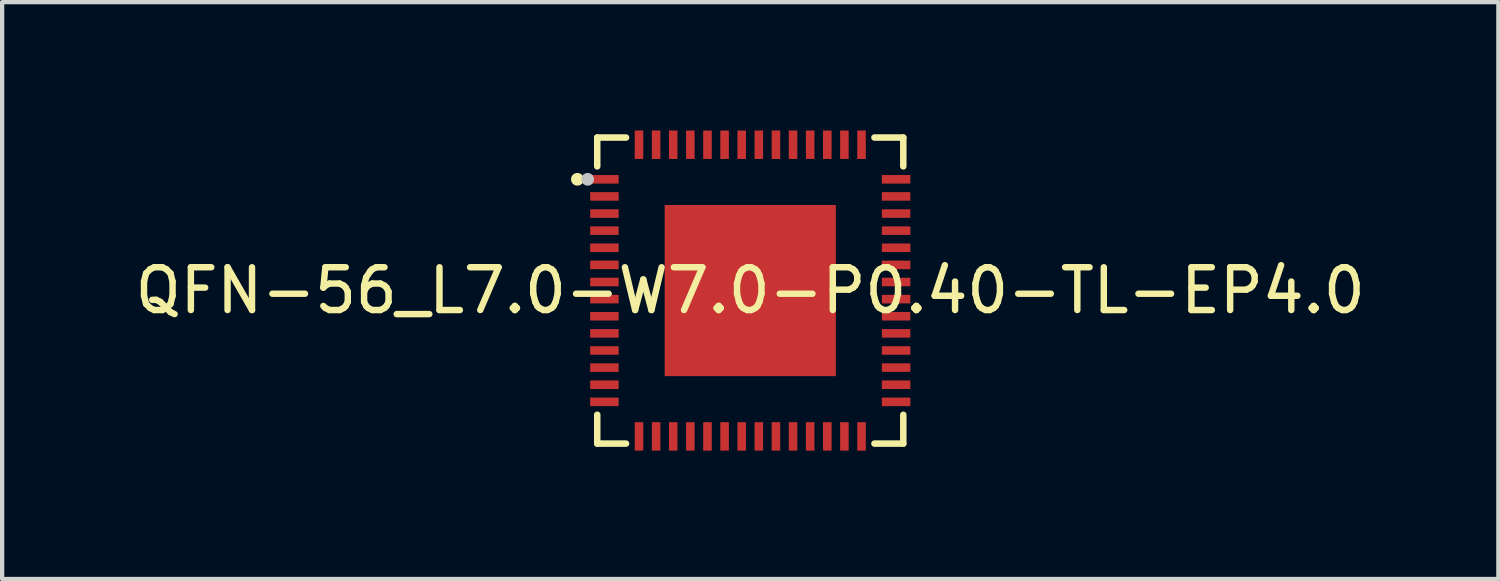
<source format=kicad_pcb>
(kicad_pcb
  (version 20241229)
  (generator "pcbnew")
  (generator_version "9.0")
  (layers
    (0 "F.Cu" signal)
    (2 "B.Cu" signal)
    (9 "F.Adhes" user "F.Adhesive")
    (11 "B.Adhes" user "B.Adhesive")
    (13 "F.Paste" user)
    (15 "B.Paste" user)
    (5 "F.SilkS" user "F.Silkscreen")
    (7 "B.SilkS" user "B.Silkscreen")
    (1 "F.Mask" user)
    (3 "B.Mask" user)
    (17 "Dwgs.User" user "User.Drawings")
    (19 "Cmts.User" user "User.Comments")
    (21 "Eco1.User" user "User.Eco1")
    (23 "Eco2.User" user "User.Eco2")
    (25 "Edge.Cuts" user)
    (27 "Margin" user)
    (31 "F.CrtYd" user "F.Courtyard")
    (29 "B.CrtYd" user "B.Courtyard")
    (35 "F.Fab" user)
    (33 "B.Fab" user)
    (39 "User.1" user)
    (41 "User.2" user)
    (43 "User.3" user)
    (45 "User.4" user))
  (footprint "QFN-56_L7.0-W7.0-P0.40-TL-EP4.0"
    (layer "F.Cu")
    (at 14.482 3.74)
    (property "Reference" "QFN-56_L7.0-W7.0-P0.40-TL-EP4.0" (at 0 0 0) (layer "F.SilkS") (effects (font (size 1 1) (thickness 0.15))))
    (fp_line (start -3.576 -3.576) (end -3.576 -2.902) (stroke (width 0.152) (type default)) (layer "F.SilkS"))
    (fp_line (start -3.576 3.576) (end -3.576 2.902) (stroke (width 0.152) (type default)) (layer "F.SilkS"))
    (fp_line (start -2.902 -3.576) (end -3.576 -3.576) (stroke (width 0.152) (type default)) (layer "F.SilkS"))
    (fp_line (start -2.902 3.576) (end -3.576 3.576) (stroke (width 0.152) (type default)) (layer "F.SilkS"))
    (fp_line (start 2.902 -3.576) (end 3.576 -3.576) (stroke (width 0.152) (type default)) (layer "F.SilkS"))
    (fp_line (start 2.902 3.576) (end 3.576 3.576) (stroke (width 0.152) (type default)) (layer "F.SilkS"))
    (fp_line (start 3.576 -3.576) (end 3.576 -2.902) (stroke (width 0.152) (type default)) (layer "F.SilkS"))
    (fp_line (start 3.576 3.576) (end 3.576 2.902) (stroke (width 0.152) (type default)) (layer "F.SilkS"))
    (fp_circle (center -4.04 -2.6) (end -3.965 -2.6) (stroke (width 0.15) (type default)) (fill no) (layer "F.SilkS"))
    (fp_poly (pts (xy -3.74 -2.7) (xy -3.74 -2.5) (xy -3.075 -2.5) (xy -3.075 -2.7)) (stroke (width 0) (type default)) (fill yes) (layer "F.Paste"))
    (fp_poly (pts (xy -3.74 -2.3) (xy -3.74 -2.1) (xy -3.075 -2.1) (xy -3.075 -2.3)) (stroke (width 0) (type default)) (fill yes) (layer "F.Paste"))
    (fp_poly (pts (xy -3.74 -1.9) (xy -3.74 -1.7) (xy -3.075 -1.7) (xy -3.075 -1.9)) (stroke (width 0) (type default)) (fill yes) (layer "F.Paste"))
    (fp_poly (pts (xy -3.74 -1.1) (xy -3.74 -0.9) (xy -3.075 -0.9) (xy -3.075 -1.1)) (stroke (width 0) (type default)) (fill yes) (layer "F.Paste"))
    (fp_poly (pts (xy -3.74 -0.7) (xy -3.74 -0.5) (xy -3.075 -0.5) (xy -3.075 -0.7)) (stroke (width 0) (type default)) (fill yes) (layer "F.Paste"))
    (fp_poly (pts (xy -3.74 -0.3) (xy -3.74 -0.1) (xy -3.075 -0.1) (xy -3.075 -0.3)) (stroke (width 0) (type default)) (fill yes) (layer "F.Paste"))
    (fp_poly (pts (xy -3.74 0.1) (xy -3.74 0.3) (xy -3.075 0.3) (xy -3.075 0.1)) (stroke (width 0) (type default)) (fill yes) (layer "F.Paste"))
    (fp_poly (pts (xy -3.74 0.5) (xy -3.74 0.7) (xy -3.075 0.7) (xy -3.075 0.5)) (stroke (width 0) (type default)) (fill yes) (layer "F.Paste"))
    (fp_poly (pts (xy -3.74 0.9) (xy -3.74 1.1) (xy -3.075 1.1) (xy -3.075 0.9)) (stroke (width 0) (type default)) (fill yes) (layer "F.Paste"))
    (fp_poly (pts (xy -3.74 1.7) (xy -3.74 1.9) (xy -3.075 1.9) (xy -3.075 1.7)) (stroke (width 0) (type default)) (fill yes) (layer "F.Paste"))
    (fp_poly (pts (xy -3.74 2.1) (xy -3.74 2.3) (xy -3.075 2.3) (xy -3.075 2.1)) (stroke (width 0) (type default)) (fill yes) (layer "F.Paste"))
    (fp_poly (pts (xy -3.74 2.5) (xy -3.74 2.7) (xy -3.075 2.7) (xy -3.075 2.5)) (stroke (width 0) (type default)) (fill yes) (layer "F.Paste"))
    (fp_poly (pts (xy -3.075 -1.3) (xy -3.075 -1.5) (xy -3.74 -1.5) (xy -3.74 -1.3)) (stroke (width 0) (type default)) (fill yes) (layer "F.Paste"))
    (fp_poly (pts (xy -3.075 1.5) (xy -3.075 1.3) (xy -3.74 1.3) (xy -3.74 1.5)) (stroke (width 0) (type default)) (fill yes) (layer "F.Paste"))
    (fp_poly (pts (xy -2.7 3.075) (xy -2.7 3.74) (xy -2.5 3.74) (xy -2.5 3.075)) (stroke (width 0) (type default)) (fill yes) (layer "F.Paste"))
    (fp_poly (pts (xy -2.5 -3.075) (xy -2.5 -3.74) (xy -2.7 -3.74) (xy -2.7 -3.075)) (stroke (width 0) (type default)) (fill yes) (layer "F.Paste"))
    (fp_poly (pts (xy -2.3 3.075) (xy -2.3 3.74) (xy -2.1 3.74) (xy -2.1 3.075)) (stroke (width 0) (type default)) (fill yes) (layer "F.Paste"))
    (fp_poly (pts (xy -2.1 -3.075) (xy -2.1 -3.74) (xy -2.3 -3.74) (xy -2.3 -3.075)) (stroke (width 0) (type default)) (fill yes) (layer "F.Paste"))
    (fp_poly (pts (xy -1.7 -3.075) (xy -1.7 -3.74) (xy -1.9 -3.74) (xy -1.9 -3.075)) (stroke (width 0) (type default)) (fill yes) (layer "F.Paste"))
    (fp_poly (pts (xy -1.7 3.74) (xy -1.7 3.075) (xy -1.9 3.075) (xy -1.9 3.74)) (stroke (width 0) (type default)) (fill yes) (layer "F.Paste"))
    (fp_poly (pts (xy -1.6 -1.6) (xy 1.6 -1.6) (xy 1.6 1.6) (xy -1.6 1.6)) (stroke (width 0) (type default)) (fill yes) (layer "F.Paste"))
    (fp_poly (pts (xy -1.3 -3.075) (xy -1.3 -3.74) (xy -1.5 -3.74) (xy -1.5 -3.075)) (stroke (width 0) (type default)) (fill yes) (layer "F.Paste"))
    (fp_poly (pts (xy -1.3 3.74) (xy -1.3 3.075) (xy -1.5 3.075) (xy -1.5 3.74)) (stroke (width 0) (type default)) (fill yes) (layer "F.Paste"))
    (fp_poly (pts (xy -0.9 -3.075) (xy -0.9 -3.74) (xy -1.1 -3.74) (xy -1.1 -3.075)) (stroke (width 0) (type default)) (fill yes) (layer "F.Paste"))
    (fp_poly (pts (xy -0.9 3.74) (xy -0.9 3.075) (xy -1.1 3.075) (xy -1.1 3.74)) (stroke (width 0) (type default)) (fill yes) (layer "F.Paste"))
    (fp_poly (pts (xy -0.7 -3.74) (xy -0.7 -3.075) (xy -0.5 -3.075) (xy -0.5 -3.74)) (stroke (width 0) (type default)) (fill yes) (layer "F.Paste"))
    (fp_poly (pts (xy -0.5 3.74) (xy -0.5 3.075) (xy -0.7 3.075) (xy -0.7 3.74)) (stroke (width 0) (type default)) (fill yes) (layer "F.Paste"))
    (fp_poly (pts (xy -0.3 -3.74) (xy -0.3 -3.075) (xy -0.1 -3.075) (xy -0.1 -3.74)) (stroke (width 0) (type default)) (fill yes) (layer "F.Paste"))
    (fp_poly (pts (xy -0.1 3.74) (xy -0.1 3.075) (xy -0.3 3.075) (xy -0.3 3.74)) (stroke (width 0) (type default)) (fill yes) (layer "F.Paste"))
    (fp_poly (pts (xy 0.1 3.075) (xy 0.1 3.74) (xy 0.3 3.74) (xy 0.3 3.075)) (stroke (width 0) (type default)) (fill yes) (layer "F.Paste"))
    (fp_poly (pts (xy 0.3 -3.075) (xy 0.3 -3.74) (xy 0.1 -3.74) (xy 0.1 -3.075)) (stroke (width 0) (type default)) (fill yes) (layer "F.Paste"))
    (fp_poly (pts (xy 0.5 3.075) (xy 0.5 3.74) (xy 0.7 3.74) (xy 0.7 3.075)) (stroke (width 0) (type default)) (fill yes) (layer "F.Paste"))
    (fp_poly (pts (xy 0.7 -3.075) (xy 0.7 -3.74) (xy 0.5 -3.74) (xy 0.5 -3.075)) (stroke (width 0) (type default)) (fill yes) (layer "F.Paste"))
    (fp_poly (pts (xy 1.1 -3.075) (xy 1.1 -3.74) (xy 0.9 -3.74) (xy 0.9 -3.075)) (stroke (width 0) (type default)) (fill yes) (layer "F.Paste"))
    (fp_poly (pts (xy 1.1 3.74) (xy 1.1 3.075) (xy 0.9 3.075) (xy 0.9 3.74)) (stroke (width 0) (type default)) (fill yes) (layer "F.Paste"))
    (fp_poly (pts (xy 1.5 -3.075) (xy 1.5 -3.74) (xy 1.3 -3.74) (xy 1.3 -3.075)) (stroke (width 0) (type default)) (fill yes) (layer "F.Paste"))
    (fp_poly (pts (xy 1.5 3.74) (xy 1.5 3.075) (xy 1.3 3.075) (xy 1.3 3.74)) (stroke (width 0) (type default)) (fill yes) (layer "F.Paste"))
    (fp_poly (pts (xy 1.9 -3.075) (xy 1.9 -3.74) (xy 1.7 -3.74) (xy 1.7 -3.075)) (stroke (width 0) (type default)) (fill yes) (layer "F.Paste"))
    (fp_poly (pts (xy 1.9 3.74) (xy 1.9 3.075) (xy 1.7 3.075) (xy 1.7 3.74)) (stroke (width 0) (type default)) (fill yes) (layer "F.Paste"))
    (fp_poly (pts (xy 2.1 -3.74) (xy 2.1 -3.075) (xy 2.3 -3.075) (xy 2.3 -3.74)) (stroke (width 0) (type default)) (fill yes) (layer "F.Paste"))
    (fp_poly (pts (xy 2.3 3.74) (xy 2.3 3.075) (xy 2.1 3.075) (xy 2.1 3.74)) (stroke (width 0) (type default)) (fill yes) (layer "F.Paste"))
    (fp_poly (pts (xy 2.5 -3.74) (xy 2.5 -3.075) (xy 2.7 -3.075) (xy 2.7 -3.74)) (stroke (width 0) (type default)) (fill yes) (layer "F.Paste"))
    (fp_poly (pts (xy 2.7 3.74) (xy 2.7 3.075) (xy 2.5 3.075) (xy 2.5 3.74)) (stroke (width 0) (type default)) (fill yes) (layer "F.Paste"))
    (fp_poly (pts (xy 3.74 -2.5) (xy 3.74 -2.7) (xy 3.075 -2.7) (xy 3.075 -2.5)) (stroke (width 0) (type default)) (fill yes) (layer "F.Paste"))
    (fp_poly (pts (xy 3.74 -2.1) (xy 3.74 -2.3) (xy 3.075 -2.3) (xy 3.075 -2.1)) (stroke (width 0) (type default)) (fill yes) (layer "F.Paste"))
    (fp_poly (pts (xy 3.74 -1.7) (xy 3.74 -1.9) (xy 3.075 -1.9) (xy 3.075 -1.7)) (stroke (width 0) (type default)) (fill yes) (layer "F.Paste"))
    (fp_poly (pts (xy 3.74 -1.3) (xy 3.74 -1.5) (xy 3.075 -1.5) (xy 3.075 -1.3)) (stroke (width 0) (type default)) (fill yes) (layer "F.Paste"))
    (fp_poly (pts (xy 3.74 -0.9) (xy 3.74 -1.1) (xy 3.075 -1.1) (xy 3.075 -0.9)) (stroke (width 0) (type default)) (fill yes) (layer "F.Paste"))
    (fp_poly (pts (xy 3.74 -0.5) (xy 3.74 -0.7) (xy 3.075 -0.7) (xy 3.075 -0.5)) (stroke (width 0) (type default)) (fill yes) (layer "F.Paste"))
    (fp_poly (pts (xy 3.74 -0.1) (xy 3.74 -0.3) (xy 3.075 -0.3) (xy 3.075 -0.1)) (stroke (width 0) (type default)) (fill yes) (layer "F.Paste"))
    (fp_poly (pts (xy 3.74 0.3) (xy 3.74 0.1) (xy 3.075 0.1) (xy 3.075 0.3)) (stroke (width 0) (type default)) (fill yes) (layer "F.Paste"))
    (fp_poly (pts (xy 3.74 0.7) (xy 3.74 0.5) (xy 3.075 0.5) (xy 3.075 0.7)) (stroke (width 0) (type default)) (fill yes) (layer "F.Paste"))
    (fp_poly (pts (xy 3.74 1.1) (xy 3.74 0.9) (xy 3.075 0.9) (xy 3.075 1.1)) (stroke (width 0) (type default)) (fill yes) (layer "F.Paste"))
    (fp_poly (pts (xy 3.74 1.5) (xy 3.74 1.3) (xy 3.075 1.3) (xy 3.075 1.5)) (stroke (width 0) (type default)) (fill yes) (layer "F.Paste"))
    (fp_poly (pts (xy 3.74 1.9) (xy 3.74 1.7) (xy 3.075 1.7) (xy 3.075 1.9)) (stroke (width 0) (type default)) (fill yes) (layer "F.Paste"))
    (fp_poly (pts (xy 3.74 2.3) (xy 3.74 2.1) (xy 3.075 2.1) (xy 3.075 2.3)) (stroke (width 0) (type default)) (fill yes) (layer "F.Paste"))
    (fp_poly (pts (xy 3.74 2.7) (xy 3.74 2.5) (xy 3.075 2.5) (xy 3.075 2.7)) (stroke (width 0) (type default)) (fill yes) (layer "F.Paste"))
    (fp_circle (center -3.8 -2.6) (end -3.725 -2.6) (stroke (width 0.15) (type default)) (fill no) (layer "Dwgs.User"))
    (fp_poly (pts (xy -3.5 -2.7) (xy -3.1 -2.7) (xy -3.1 -2.5) (xy -3.5 -2.5)) (stroke (width 0.1) (type default)) (fill no) (layer "User.1"))
    (fp_poly (pts (xy -3.5 -2.3) (xy -3.1 -2.3) (xy -3.1 -2.1) (xy -3.5 -2.1)) (stroke (width 0.1) (type default)) (fill no) (layer "User.1"))
    (fp_poly (pts (xy -3.5 -1.9) (xy -3.1 -1.9) (xy -3.1 -1.7) (xy -3.5 -1.7)) (stroke (width 0.1) (type default)) (fill no) (layer "User.1"))
    (fp_poly (pts (xy -3.5 -1.5) (xy -3.1 -1.5) (xy -3.1 -1.3) (xy -3.5 -1.3)) (stroke (width 0.1) (type default)) (fill no) (layer "User.1"))
    (fp_poly (pts (xy -3.5 -1.1) (xy -3.1 -1.1) (xy -3.1 -0.9) (xy -3.5 -0.9)) (stroke (width 0.1) (type default)) (fill no) (layer "User.1"))
    (fp_poly (pts (xy -3.5 -0.7) (xy -3.1 -0.7) (xy -3.1 -0.5) (xy -3.5 -0.5)) (stroke (width 0.1) (type default)) (fill no) (layer "User.1"))
    (fp_poly (pts (xy -3.5 -0.3) (xy -3.1 -0.3) (xy -3.1 -0.1) (xy -3.5 -0.1)) (stroke (width 0.1) (type default)) (fill no) (layer "User.1"))
    (fp_poly (pts (xy -3.5 0.1) (xy -3.1 0.1) (xy -3.1 0.3) (xy -3.5 0.3)) (stroke (width 0.1) (type default)) (fill no) (layer "User.1"))
    (fp_poly (pts (xy -3.5 0.5) (xy -3.1 0.5) (xy -3.1 0.7) (xy -3.5 0.7)) (stroke (width 0.1) (type default)) (fill no) (layer "User.1"))
    (fp_poly (pts (xy -3.5 0.9) (xy -3.1 0.9) (xy -3.1 1.1) (xy -3.5 1.1)) (stroke (width 0.1) (type default)) (fill no) (layer "User.1"))
    (fp_poly (pts (xy -3.5 1.3) (xy -3.1 1.3) (xy -3.1 1.5) (xy -3.5 1.5)) (stroke (width 0.1) (type default)) (fill no) (layer "User.1"))
    (fp_poly (pts (xy -3.5 1.7) (xy -3.1 1.7) (xy -3.1 1.9) (xy -3.5 1.9)) (stroke (width 0.1) (type default)) (fill no) (layer "User.1"))
    (fp_poly (pts (xy -3.5 2.1) (xy -3.1 2.1) (xy -3.1 2.3) (xy -3.5 2.3)) (stroke (width 0.1) (type default)) (fill no) (layer "User.1"))
    (fp_poly (pts (xy -3.5 2.5) (xy -3.1 2.5) (xy -3.1 2.7) (xy -3.5 2.7)) (stroke (width 0.1) (type default)) (fill no) (layer "User.1"))
    (fp_poly (pts (xy -2.7 -3.1) (xy -2.5 -3.1) (xy -2.5 -3.5) (xy -2.7 -3.5)) (stroke (width 0.1) (type default)) (fill no) (layer "User.1"))
    (fp_poly (pts (xy -2.7 3.1) (xy -2.5 3.1) (xy -2.5 3.5) (xy -2.7 3.5)) (stroke (width 0.1) (type default)) (fill no) (layer "User.1"))
    (fp_poly (pts (xy -2.3 -3.1) (xy -2.1 -3.1) (xy -2.1 -3.5) (xy -2.3 -3.5)) (stroke (width 0.1) (type default)) (fill no) (layer "User.1"))
    (fp_poly (pts (xy -2.3 3.1) (xy -2.1 3.1) (xy -2.1 3.5) (xy -2.3 3.5)) (stroke (width 0.1) (type default)) (fill no) (layer "User.1"))
    (fp_poly (pts (xy -2 -2) (xy 2 -2) (xy 2 2) (xy -2 2)) (stroke (width 0.1) (type default)) (fill no) (layer "User.1"))
    (fp_poly (pts (xy -1.9 -3.1) (xy -1.7 -3.1) (xy -1.7 -3.5) (xy -1.9 -3.5)) (stroke (width 0.1) (type default)) (fill no) (layer "User.1"))
    (fp_poly (pts (xy -1.9 3.1) (xy -1.7 3.1) (xy -1.7 3.5) (xy -1.9 3.5)) (stroke (width 0.1) (type default)) (fill no) (layer "User.1"))
    (fp_poly (pts (xy -1.5 -3.1) (xy -1.3 -3.1) (xy -1.3 -3.5) (xy -1.5 -3.5)) (stroke (width 0.1) (type default)) (fill no) (layer "User.1"))
    (fp_poly (pts (xy -1.5 3.1) (xy -1.3 3.1) (xy -1.3 3.5) (xy -1.5 3.5)) (stroke (width 0.1) (type default)) (fill no) (layer "User.1"))
    (fp_poly (pts (xy -1.1 -3.1) (xy -0.9 -3.1) (xy -0.9 -3.5) (xy -1.1 -3.5)) (stroke (width 0.1) (type default)) (fill no) (layer "User.1"))
    (fp_poly (pts (xy -1.1 3.1) (xy -0.9 3.1) (xy -0.9 3.5) (xy -1.1 3.5)) (stroke (width 0.1) (type default)) (fill no) (layer "User.1"))
    (fp_poly (pts (xy -0.7 -3.1) (xy -0.5 -3.1) (xy -0.5 -3.5) (xy -0.7 -3.5)) (stroke (width 0.1) (type default)) (fill no) (layer "User.1"))
    (fp_poly (pts (xy -0.7 3.1) (xy -0.5 3.1) (xy -0.5 3.5) (xy -0.7 3.5)) (stroke (width 0.1) (type default)) (fill no) (layer "User.1"))
    (fp_poly (pts (xy -0.3 -3.1) (xy -0.1 -3.1) (xy -0.1 -3.5) (xy -0.3 -3.5)) (stroke (width 0.1) (type default)) (fill no) (layer "User.1"))
    (fp_poly (pts (xy -0.3 3.1) (xy -0.1 3.1) (xy -0.1 3.5) (xy -0.3 3.5)) (stroke (width 0.1) (type default)) (fill no) (layer "User.1"))
    (fp_poly (pts (xy 0.1 -3.1) (xy 0.3 -3.1) (xy 0.3 -3.5) (xy 0.1 -3.5)) (stroke (width 0.1) (type default)) (fill no) (layer "User.1"))
    (fp_poly (pts (xy 0.1 3.1) (xy 0.3 3.1) (xy 0.3 3.5) (xy 0.1 3.5)) (stroke (width 0.1) (type default)) (fill no) (layer "User.1"))
    (fp_poly (pts (xy 0.5 -3.1) (xy 0.7 -3.1) (xy 0.7 -3.5) (xy 0.5 -3.5)) (stroke (width 0.1) (type default)) (fill no) (layer "User.1"))
    (fp_poly (pts (xy 0.5 3.1) (xy 0.7 3.1) (xy 0.7 3.5) (xy 0.5 3.5)) (stroke (width 0.1) (type default)) (fill no) (layer "User.1"))
    (fp_poly (pts (xy 0.9 -3.1) (xy 1.1 -3.1) (xy 1.1 -3.5) (xy 0.9 -3.5)) (stroke (width 0.1) (type default)) (fill no) (layer "User.1"))
    (fp_poly (pts (xy 0.9 3.1) (xy 1.1 3.1) (xy 1.1 3.5) (xy 0.9 3.5)) (stroke (width 0.1) (type default)) (fill no) (layer "User.1"))
    (fp_poly (pts (xy 1.3 -3.1) (xy 1.5 -3.1) (xy 1.5 -3.5) (xy 1.3 -3.5)) (stroke (width 0.1) (type default)) (fill no) (layer "User.1"))
    (fp_poly (pts (xy 1.3 3.1) (xy 1.5 3.1) (xy 1.5 3.5) (xy 1.3 3.5)) (stroke (width 0.1) (type default)) (fill no) (layer "User.1"))
    (fp_poly (pts (xy 1.7 -3.1) (xy 1.9 -3.1) (xy 1.9 -3.5) (xy 1.7 -3.5)) (stroke (width 0.1) (type default)) (fill no) (layer "User.1"))
    (fp_poly (pts (xy 1.7 3.1) (xy 1.9 3.1) (xy 1.9 3.5) (xy 1.7 3.5)) (stroke (width 0.1) (type default)) (fill no) (layer "User.1"))
    (fp_poly (pts (xy 2.1 -3.1) (xy 2.3 -3.1) (xy 2.3 -3.5) (xy 2.1 -3.5)) (stroke (width 0.1) (type default)) (fill no) (layer "User.1"))
    (fp_poly (pts (xy 2.1 3.1) (xy 2.3 3.1) (xy 2.3 3.5) (xy 2.1 3.5)) (stroke (width 0.1) (type default)) (fill no) (layer "User.1"))
    (fp_poly (pts (xy 2.5 -3.1) (xy 2.7 -3.1) (xy 2.7 -3.5) (xy 2.5 -3.5)) (stroke (width 0.1) (type default)) (fill no) (layer "User.1"))
    (fp_poly (pts (xy 2.5 3.1) (xy 2.7 3.1) (xy 2.7 3.5) (xy 2.5 3.5)) (stroke (width 0.1) (type default)) (fill no) (layer "User.1"))
    (fp_poly (pts (xy 3.5 -2.7) (xy 3.1 -2.7) (xy 3.1 -2.5) (xy 3.5 -2.5)) (stroke (width 0.1) (type default)) (fill no) (layer "User.1"))
    (fp_poly (pts (xy 3.5 -2.3) (xy 3.1 -2.3) (xy 3.1 -2.1) (xy 3.5 -2.1)) (stroke (width 0.1) (type default)) (fill no) (layer "User.1"))
    (fp_poly (pts (xy 3.5 -1.9) (xy 3.1 -1.9) (xy 3.1 -1.7) (xy 3.5 -1.7)) (stroke (width 0.1) (type default)) (fill no) (layer "User.1"))
    (fp_poly (pts (xy 3.5 -1.5) (xy 3.1 -1.5) (xy 3.1 -1.3) (xy 3.5 -1.3)) (stroke (width 0.1) (type default)) (fill no) (layer "User.1"))
    (fp_poly (pts (xy 3.5 -1.1) (xy 3.1 -1.1) (xy 3.1 -0.9) (xy 3.5 -0.9)) (stroke (width 0.1) (type default)) (fill no) (layer "User.1"))
    (fp_poly (pts (xy 3.5 -0.7) (xy 3.1 -0.7) (xy 3.1 -0.5) (xy 3.5 -0.5)) (stroke (width 0.1) (type default)) (fill no) (layer "User.1"))
    (fp_poly (pts (xy 3.5 -0.3) (xy 3.1 -0.3) (xy 3.1 -0.1) (xy 3.5 -0.1)) (stroke (width 0.1) (type default)) (fill no) (layer "User.1"))
    (fp_poly (pts (xy 3.5 0.1) (xy 3.1 0.1) (xy 3.1 0.3) (xy 3.5 0.3)) (stroke (width 0.1) (type default)) (fill no) (layer "User.1"))
    (fp_poly (pts (xy 3.5 0.5) (xy 3.1 0.5) (xy 3.1 0.7) (xy 3.5 0.7)) (stroke (width 0.1) (type default)) (fill no) (layer "User.1"))
    (fp_poly (pts (xy 3.5 0.9) (xy 3.1 0.9) (xy 3.1 1.1) (xy 3.5 1.1)) (stroke (width 0.1) (type default)) (fill no) (layer "User.1"))
    (fp_poly (pts (xy 3.5 1.3) (xy 3.1 1.3) (xy 3.1 1.5) (xy 3.5 1.5)) (stroke (width 0.1) (type default)) (fill no) (layer "User.1"))
    (fp_poly (pts (xy 3.5 1.7) (xy 3.1 1.7) (xy 3.1 1.9) (xy 3.5 1.9)) (stroke (width 0.1) (type default)) (fill no) (layer "User.1"))
    (fp_poly (pts (xy 3.5 2.1) (xy 3.1 2.1) (xy 3.1 2.3) (xy 3.5 2.3)) (stroke (width 0.1) (type default)) (fill no) (layer "User.1"))
    (fp_poly (pts (xy 3.5 2.5) (xy 3.1 2.5) (xy 3.1 2.7) (xy 3.5 2.7)) (stroke (width 0.1) (type default)) (fill no) (layer "User.1"))
    (fp_line (start -3.5 -3.5) (end 3.5 -3.5) (stroke (width 0.051) (type default)) (layer "User.2"))
    (fp_line (start -3.5 3.5) (end -3.5 -3.5) (stroke (width 0.051) (type default)) (layer "User.2"))
    (fp_line (start 3.5 -3.5) (end 3.5 3.5) (stroke (width 0.051) (type default)) (layer "User.2"))
    (fp_line (start 3.5 3.5) (end -3.5 3.5) (stroke (width 0.051) (type default)) (layer "User.2"))
    (fp_poly (pts (xy -3.44 -3.5) (xy -3.458 -3.542) (xy -3.5 -3.56) (xy -3.542 -3.542) (xy -3.56 -3.5) (xy -3.542 -3.458) (xy -3.5 -3.44) (xy -3.458 -3.458)) (stroke (width 0.1) (type default)) (fill no) (layer "User.3"))
    (pad "1" smd rect (at -3.408 -2.6) (size 0.665 0.2) (layers "F.Cu" "F.Mask" "F.Paste"))
    (pad "2" smd rect (at -3.408 -2.2) (size 0.665 0.2) (layers "F.Cu" "F.Mask" "F.Paste"))
    (pad "3" smd rect (at -3.408 -1.8) (size 0.665 0.2) (layers "F.Cu" "F.Mask" "F.Paste"))
    (pad "4" smd rect (at -3.408 -1.4) (size 0.665 0.2) (layers "F.Cu" "F.Mask" "F.Paste"))
    (pad "5" smd rect (at -3.408 -1) (size 0.665 0.2) (layers "F.Cu" "F.Mask" "F.Paste"))
    (pad "6" smd rect (at -3.408 -0.6) (size 0.665 0.2) (layers "F.Cu" "F.Mask" "F.Paste"))
    (pad "7" smd rect (at -3.408 -0.2) (size 0.665 0.2) (layers "F.Cu" "F.Mask" "F.Paste"))
    (pad "8" smd rect (at -3.408 0.2) (size 0.665 0.2) (layers "F.Cu" "F.Mask" "F.Paste"))
    (pad "9" smd rect (at -3.408 0.6) (size 0.665 0.2) (layers "F.Cu" "F.Mask" "F.Paste"))
    (pad "10" smd rect (at -3.408 1) (size 0.665 0.2) (layers "F.Cu" "F.Mask" "F.Paste"))
    (pad "11" smd rect (at -3.408 1.4) (size 0.665 0.2) (layers "F.Cu" "F.Mask" "F.Paste"))
    (pad "12" smd rect (at -3.408 1.8) (size 0.665 0.2) (layers "F.Cu" "F.Mask" "F.Paste"))
    (pad "13" smd rect (at -3.408 2.2) (size 0.665 0.2) (layers "F.Cu" "F.Mask" "F.Paste"))
    (pad "14" smd rect (at -3.408 2.6) (size 0.665 0.2) (layers "F.Cu" "F.Mask" "F.Paste"))
    (pad "15" smd rect (at -2.6 3.408) (size 0.2 0.665) (layers "F.Cu" "F.Mask" "F.Paste"))
    (pad "16" smd rect (at -2.2 3.408) (size 0.2 0.665) (layers "F.Cu" "F.Mask" "F.Paste"))
    (pad "17" smd rect (at -1.8 3.408) (size 0.2 0.665) (layers "F.Cu" "F.Mask" "F.Paste"))
    (pad "18" smd rect (at -1.4 3.408) (size 0.2 0.665) (layers "F.Cu" "F.Mask" "F.Paste"))
    (pad "19" smd rect (at -1 3.408) (size 0.2 0.665) (layers "F.Cu" "F.Mask" "F.Paste"))
    (pad "20" smd rect (at -0.6 3.408) (size 0.2 0.665) (layers "F.Cu" "F.Mask" "F.Paste"))
    (pad "21" smd rect (at -0.2 3.408) (size 0.2 0.665) (layers "F.Cu" "F.Mask" "F.Paste"))
    (pad "22" smd rect (at 0.2 3.408) (size 0.2 0.665) (layers "F.Cu" "F.Mask" "F.Paste"))
    (pad "23" smd rect (at 0.6 3.408) (size 0.2 0.665) (layers "F.Cu" "F.Mask" "F.Paste"))
    (pad "24" smd rect (at 1 3.408) (size 0.2 0.665) (layers "F.Cu" "F.Mask" "F.Paste"))
    (pad "25" smd rect (at 1.4 3.408) (size 0.2 0.665) (layers "F.Cu" "F.Mask" "F.Paste"))
    (pad "26" smd rect (at 1.8 3.408) (size 0.2 0.665) (layers "F.Cu" "F.Mask" "F.Paste"))
    (pad "27" smd rect (at 2.2 3.408) (size 0.2 0.665) (layers "F.Cu" "F.Mask" "F.Paste"))
    (pad "28" smd rect (at 2.6 3.408) (size 0.2 0.665) (layers "F.Cu" "F.Mask" "F.Paste"))
    (pad "29" smd rect (at 3.408 2.6) (size 0.665 0.2) (layers "F.Cu" "F.Mask" "F.Paste"))
    (pad "30" smd rect (at 3.408 2.2) (size 0.665 0.2) (layers "F.Cu" "F.Mask" "F.Paste"))
    (pad "31" smd rect (at 3.408 1.8) (size 0.665 0.2) (layers "F.Cu" "F.Mask" "F.Paste"))
    (pad "32" smd rect (at 3.408 1.4) (size 0.665 0.2) (layers "F.Cu" "F.Mask" "F.Paste"))
    (pad "33" smd rect (at 3.408 1) (size 0.665 0.2) (layers "F.Cu" "F.Mask" "F.Paste"))
    (pad "34" smd rect (at 3.408 0.6) (size 0.665 0.2) (layers "F.Cu" "F.Mask" "F.Paste"))
    (pad "35" smd rect (at 3.408 0.2) (size 0.665 0.2) (layers "F.Cu" "F.Mask" "F.Paste"))
    (pad "36" smd rect (at 3.408 -0.2) (size 0.665 0.2) (layers "F.Cu" "F.Mask" "F.Paste"))
    (pad "37" smd rect (at 3.408 -0.6) (size 0.665 0.2) (layers "F.Cu" "F.Mask" "F.Paste"))
    (pad "38" smd rect (at 3.408 -1) (size 0.665 0.2) (layers "F.Cu" "F.Mask" "F.Paste"))
    (pad "39" smd rect (at 3.408 -1.4) (size 0.665 0.2) (layers "F.Cu" "F.Mask" "F.Paste"))
    (pad "40" smd rect (at 3.408 -1.8) (size 0.665 0.2) (layers "F.Cu" "F.Mask" "F.Paste"))
    (pad "41" smd rect (at 3.408 -2.2) (size 0.665 0.2) (layers "F.Cu" "F.Mask" "F.Paste"))
    (pad "42" smd rect (at 3.408 -2.6) (size 0.665 0.2) (layers "F.Cu" "F.Mask" "F.Paste"))
    (pad "43" smd rect (at 2.6 -3.408) (size 0.2 0.665) (layers "F.Cu" "F.Mask" "F.Paste"))
    (pad "44" smd rect (at 2.2 -3.408) (size 0.2 0.665) (layers "F.Cu" "F.Mask" "F.Paste"))
    (pad "45" smd rect (at 1.8 -3.408) (size 0.2 0.665) (layers "F.Cu" "F.Mask" "F.Paste"))
    (pad "46" smd rect (at 1.4 -3.408) (size 0.2 0.665) (layers "F.Cu" "F.Mask" "F.Paste"))
    (pad "47" smd rect (at 1 -3.408) (size 0.2 0.665) (layers "F.Cu" "F.Mask" "F.Paste"))
    (pad "48" smd rect (at 0.6 -3.408) (size 0.2 0.665) (layers "F.Cu" "F.Mask" "F.Paste"))
    (pad "49" smd rect (at 0.2 -3.408) (size 0.2 0.665) (layers "F.Cu" "F.Mask" "F.Paste"))
    (pad "50" smd rect (at -0.2 -3.408) (size 0.2 0.665) (layers "F.Cu" "F.Mask" "F.Paste"))
    (pad "51" smd rect (at -0.6 -3.408) (size 0.2 0.665) (layers "F.Cu" "F.Mask" "F.Paste"))
    (pad "52" smd rect (at -1 -3.408) (size 0.2 0.665) (layers "F.Cu" "F.Mask" "F.Paste"))
    (pad "53" smd rect (at -1.4 -3.408) (size 0.2 0.665) (layers "F.Cu" "F.Mask" "F.Paste"))
    (pad "54" smd rect (at -1.8 -3.408) (size 0.2 0.665) (layers "F.Cu" "F.Mask" "F.Paste"))
    (pad "55" smd rect (at -2.2 -3.408) (size 0.2 0.665) (layers "F.Cu" "F.Mask" "F.Paste"))
    (pad "56" smd rect (at -2.6 -3.408) (size 0.2 0.665) (layers "F.Cu" "F.Mask" "F.Paste"))
    (pad "57" smd rect (at 0 0) (size 4 4) (layers "F.Cu" "F.Mask" "F.Paste")))
  (gr_rect
    (start -3 -3)
    (end 31.964 10.48)
    (stroke (width 0.1) (type default))
    (fill no)
    (layer "Edge.Cuts")))
</source>
